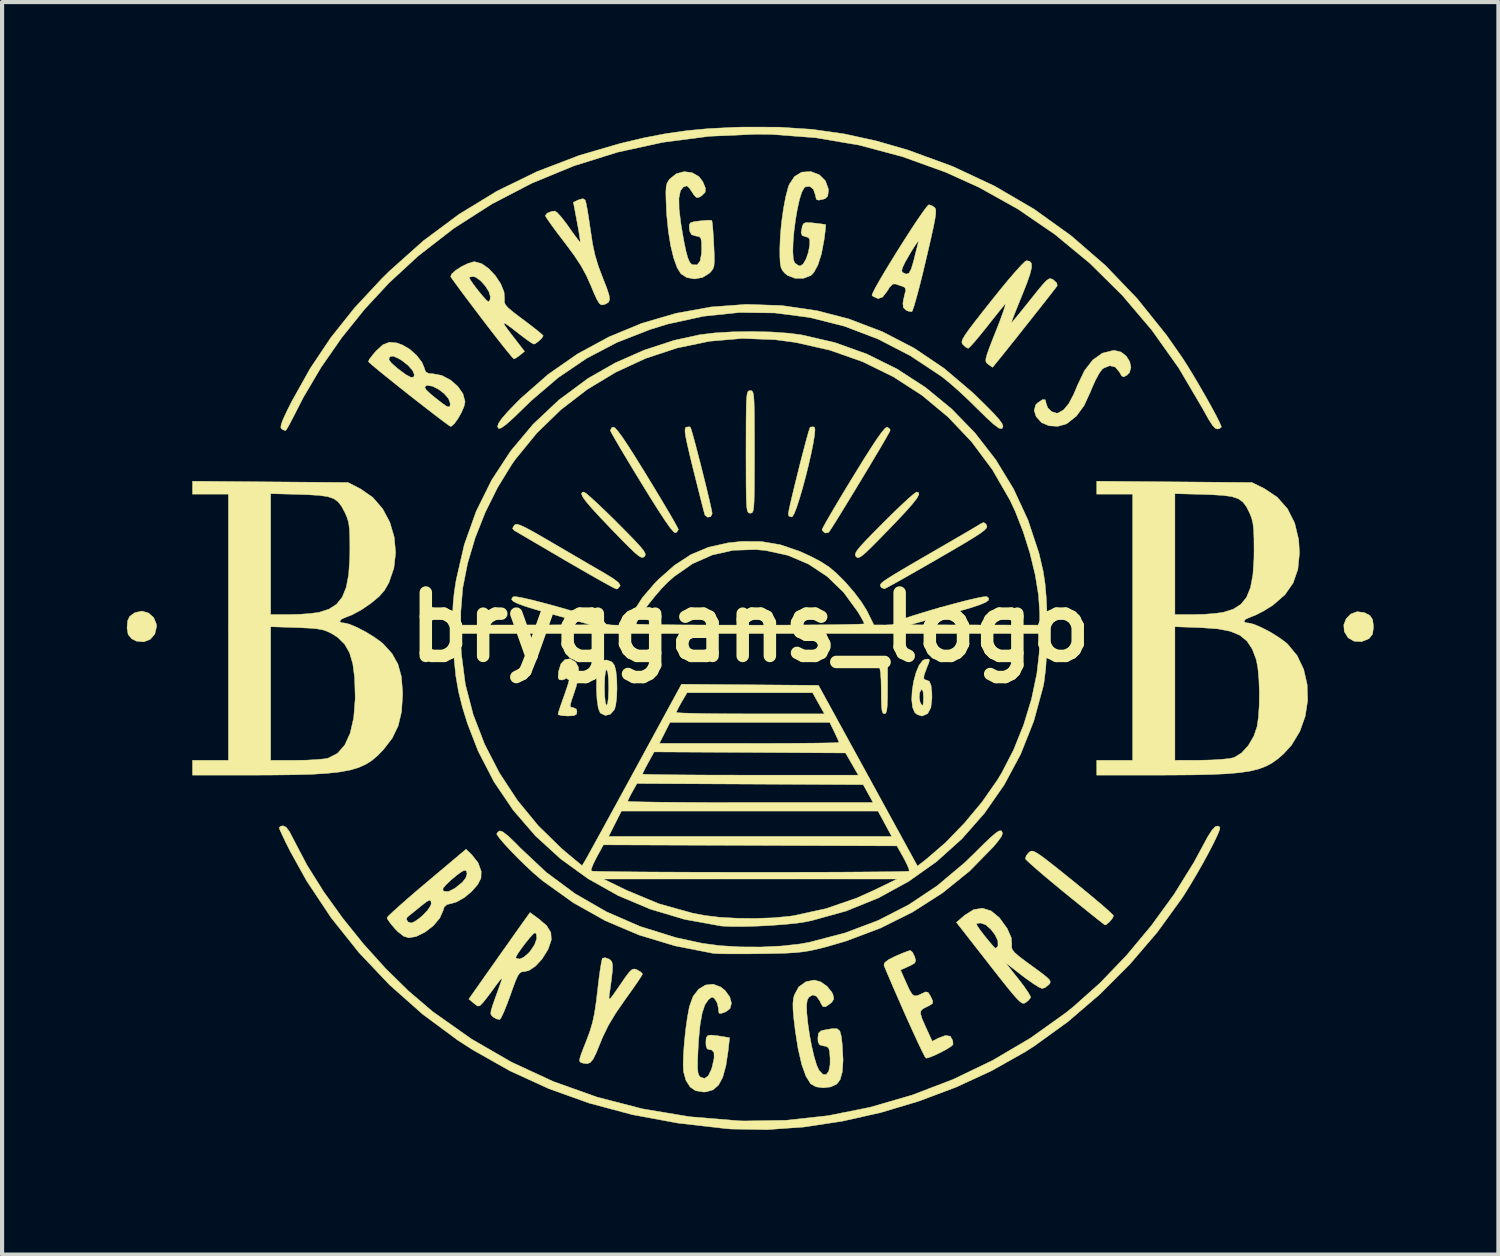
<source format=kicad_pcb>
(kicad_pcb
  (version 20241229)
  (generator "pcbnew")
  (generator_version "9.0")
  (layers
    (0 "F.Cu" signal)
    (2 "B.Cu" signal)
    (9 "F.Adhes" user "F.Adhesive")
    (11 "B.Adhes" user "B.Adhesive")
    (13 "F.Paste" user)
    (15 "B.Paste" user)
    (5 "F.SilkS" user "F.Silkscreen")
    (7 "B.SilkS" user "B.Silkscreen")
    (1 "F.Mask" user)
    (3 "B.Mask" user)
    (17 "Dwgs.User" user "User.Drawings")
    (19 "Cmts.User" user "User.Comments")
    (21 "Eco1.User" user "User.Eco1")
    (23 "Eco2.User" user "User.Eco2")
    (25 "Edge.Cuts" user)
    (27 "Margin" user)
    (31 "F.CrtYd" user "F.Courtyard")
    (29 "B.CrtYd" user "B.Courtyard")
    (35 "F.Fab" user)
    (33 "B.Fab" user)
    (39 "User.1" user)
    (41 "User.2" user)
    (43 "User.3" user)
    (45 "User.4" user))
  (footprint "bryggans_logo"
    (layer "F.Cu")
    (at 14.99 12.032)
    (property "Reference" "bryggans_logo" (at 0 0 0) (layer "F.SilkS") (effects (font (size 1.524 1.524) (thickness 0.3))))
    (attr through_hole)
    (fp_poly (pts (xy -14.469 -0.343) (xy -14.344 -0.232) (xy -14.279 -0.072) (xy -14.275 -0.018) (xy -14.317 0.164) (xy -14.427 0.291) (xy -14.583 0.352) (xy -14.759 0.335) (xy -14.873 0.277) (xy -14.959 0.176) (xy -14.985 0.021) (xy -14.985 0.01) (xy -14.971 -0.158) (xy -14.919 -0.263) (xy -14.807 -0.344) (xy -14.794 -0.351) (xy -14.628 -0.388) (xy -14.469 -0.343)) (stroke (width 0.01) (type solid)) (fill yes) (layer "F.SilkS"))
    (fp_poly (pts (xy 14.768 -0.352) (xy 14.77 -0.351) (xy 14.898 -0.284) (xy 14.964 -0.187) (xy 14.985 -0.028) (xy 14.985 0.01) (xy 14.962 0.169) (xy 14.88 0.272) (xy 14.873 0.277) (xy 14.7 0.347) (xy 14.52 0.337) (xy 14.376 0.254) (xy 14.283 0.103) (xy 14.272 -0.058) (xy 14.329 -0.205) (xy 14.44 -0.318) (xy 14.591 -0.374) (xy 14.768 -0.352)) (stroke (width 0.01) (type solid)) (fill yes) (layer "F.SilkS"))
    (fp_poly (pts (xy 3.302 1.422) (xy 3.3 1.697) (xy 3.294 1.886) (xy 3.282 2.003) (xy 3.261 2.063) (xy 3.231 2.083) (xy 3.226 2.083) (xy 3.192 2.067) (xy 3.169 2.008) (xy 3.156 1.891) (xy 3.15 1.699) (xy 3.15 1.524) (xy 3.145 1.272) (xy 3.133 1.087) (xy 3.113 0.983) (xy 3.099 0.965) (xy 3.058 0.923) (xy 3.048 0.864) (xy 3.078 0.784) (xy 3.175 0.762) (xy 3.302 0.762) (xy 3.302 1.422)) (stroke (width 0.01) (type solid)) (fill yes) (layer "F.SilkS"))
    (fp_poly (pts (xy 1.542 -4.81) (xy 1.557 -4.754) (xy 1.546 -4.617) (xy 1.513 -4.418) (xy 1.464 -4.174) (xy 1.402 -3.902) (xy 1.332 -3.62) (xy 1.258 -3.344) (xy 1.184 -3.093) (xy 1.116 -2.882) (xy 1.056 -2.731) (xy 1.01 -2.656) (xy 1 -2.651) (xy 0.928 -2.672) (xy 0.916 -2.727) (xy 0.928 -2.804) (xy 0.961 -2.958) (xy 1.011 -3.171) (xy 1.072 -3.424) (xy 1.14 -3.699) (xy 1.21 -3.979) (xy 1.279 -4.245) (xy 1.341 -4.479) (xy 1.392 -4.663) (xy 1.428 -4.779) (xy 1.441 -4.81) (xy 1.506 -4.82) (xy 1.542 -4.81)) (stroke (width 0.01) (type solid)) (fill yes) (layer "F.SilkS"))
    (fp_poly (pts (xy 4.05 -3.237) (xy 4.054 -3.189) (xy 4.007 -3.101) (xy 3.903 -2.967) (xy 3.738 -2.78) (xy 3.507 -2.534) (xy 3.339 -2.36) (xy 3.094 -2.108) (xy 2.909 -1.922) (xy 2.775 -1.793) (xy 2.681 -1.714) (xy 2.618 -1.677) (xy 2.576 -1.673) (xy 2.546 -1.695) (xy 2.543 -1.698) (xy 2.525 -1.733) (xy 2.531 -1.779) (xy 2.568 -1.845) (xy 2.646 -1.942) (xy 2.773 -2.08) (xy 2.956 -2.268) (xy 3.204 -2.518) (xy 3.428 -2.74) (xy 3.631 -2.935) (xy 3.801 -3.092) (xy 3.926 -3.2) (xy 3.994 -3.249) (xy 4 -3.251) (xy 4.05 -3.237)) (stroke (width 0.01) (type solid)) (fill yes) (layer "F.SilkS"))
    (fp_poly (pts (xy -3.946 -3.217) (xy -3.833 -3.12) (xy -3.672 -2.973) (xy -3.475 -2.785) (xy -3.254 -2.569) (xy -3.201 -2.515) (xy -2.953 -2.266) (xy -2.77 -2.078) (xy -2.644 -1.94) (xy -2.566 -1.844) (xy -2.529 -1.779) (xy -2.524 -1.735) (xy -2.543 -1.702) (xy -2.546 -1.699) (xy -2.578 -1.678) (xy -2.621 -1.681) (xy -2.683 -1.716) (xy -2.775 -1.792) (xy -2.906 -1.917) (xy -3.087 -2.099) (xy -3.326 -2.345) (xy -3.345 -2.365) (xy -3.615 -2.648) (xy -3.817 -2.868) (xy -3.955 -3.031) (xy -4.034 -3.144) (xy -4.059 -3.214) (xy -4.034 -3.247) (xy -4 -3.251) (xy -3.946 -3.217)) (stroke (width 0.01) (type solid)) (fill yes) (layer "F.SilkS"))
    (fp_poly (pts (xy -1.441 -4.81) (xy -1.419 -4.754) (xy -1.379 -4.616) (xy -1.324 -4.416) (xy -1.26 -4.171) (xy -1.19 -3.9) (xy -1.12 -3.62) (xy -1.053 -3.349) (xy -0.995 -3.107) (xy -0.95 -2.91) (xy -0.922 -2.777) (xy -0.916 -2.731) (xy -0.95 -2.659) (xy -1.024 -2.645) (xy -1.087 -2.693) (xy -1.092 -2.705) (xy -1.111 -2.772) (xy -1.15 -2.921) (xy -1.205 -3.138) (xy -1.272 -3.405) (xy -1.348 -3.708) (xy -1.365 -3.775) (xy -1.45 -4.123) (xy -1.511 -4.385) (xy -1.55 -4.573) (xy -1.568 -4.697) (xy -1.567 -4.771) (xy -1.551 -4.806) (xy -1.542 -4.81) (xy -1.461 -4.82) (xy -1.441 -4.81)) (stroke (width 0.01) (type solid)) (fill yes) (layer "F.SilkS"))
    (fp_poly (pts (xy -3.253 -4.793) (xy -3.183 -4.716) (xy -3.079 -4.576) (xy -2.94 -4.368) (xy -2.759 -4.084) (xy -2.533 -3.72) (xy -2.47 -3.616) (xy -2.277 -3.299) (xy -2.103 -3.009) (xy -1.954 -2.758) (xy -1.837 -2.557) (xy -1.76 -2.418) (xy -1.728 -2.352) (xy -1.727 -2.349) (xy -1.768 -2.287) (xy -1.799 -2.269) (xy -1.842 -2.294) (xy -1.924 -2.389) (xy -2.045 -2.56) (xy -2.208 -2.809) (xy -2.417 -3.14) (xy -2.609 -3.452) (xy -2.803 -3.769) (xy -2.978 -4.06) (xy -3.129 -4.313) (xy -3.248 -4.516) (xy -3.328 -4.658) (xy -3.363 -4.726) (xy -3.363 -4.728) (xy -3.336 -4.794) (xy -3.295 -4.813) (xy -3.253 -4.793)) (stroke (width 0.01) (type solid)) (fill yes) (layer "F.SilkS"))
    (fp_poly (pts (xy -5.521 -2.45) (xy -5.401 -2.394) (xy -5.228 -2.301) (xy -4.988 -2.164) (xy -4.75 -2.025) (xy -4.451 -1.85) (xy -4.152 -1.676) (xy -3.876 -1.514) (xy -3.644 -1.38) (xy -3.494 -1.293) (xy -3.29 -1.167) (xy -3.171 -1.075) (xy -3.129 -1.009) (xy -3.131 -0.99) (xy -3.188 -0.925) (xy -3.219 -0.919) (xy -3.276 -0.944) (xy -3.409 -1.015) (xy -3.606 -1.124) (xy -3.853 -1.264) (xy -4.14 -1.429) (xy -4.445 -1.606) (xy -4.759 -1.79) (xy -5.046 -1.958) (xy -5.293 -2.103) (xy -5.489 -2.218) (xy -5.622 -2.296) (xy -5.677 -2.329) (xy -5.716 -2.376) (xy -5.677 -2.449) (xy -5.647 -2.472) (xy -5.599 -2.475) (xy -5.521 -2.45)) (stroke (width 0.01) (type solid)) (fill yes) (layer "F.SilkS"))
    (fp_poly (pts (xy 3.295 -4.813) (xy 3.359 -4.764) (xy 3.363 -4.726) (xy 3.334 -4.67) (xy 3.261 -4.541) (xy 3.151 -4.352) (xy 3.012 -4.119) (xy 2.855 -3.855) (xy 2.685 -3.573) (xy 2.513 -3.288) (xy 2.346 -3.014) (xy 2.193 -2.764) (xy 2.062 -2.552) (xy 1.961 -2.392) (xy 1.899 -2.298) (xy 1.885 -2.28) (xy 1.816 -2.265) (xy 1.791 -2.271) (xy 1.732 -2.327) (xy 1.727 -2.348) (xy 1.753 -2.404) (xy 1.825 -2.535) (xy 1.937 -2.728) (xy 2.082 -2.974) (xy 2.253 -3.26) (xy 2.444 -3.574) (xy 2.47 -3.616) (xy 2.707 -4.002) (xy 2.899 -4.305) (xy 3.048 -4.531) (xy 3.16 -4.687) (xy 3.238 -4.779) (xy 3.287 -4.813) (xy 3.295 -4.813)) (stroke (width 0.01) (type solid)) (fill yes) (layer "F.SilkS"))
    (fp_poly (pts (xy 6.824 5.392) (xy 6.901 5.434) (xy 7.014 5.511) (xy 7.171 5.63) (xy 7.384 5.798) (xy 7.663 6.022) (xy 7.765 6.104) (xy 8.033 6.323) (xy 8.273 6.522) (xy 8.474 6.692) (xy 8.624 6.825) (xy 8.714 6.911) (xy 8.735 6.939) (xy 8.704 7.006) (xy 8.634 7.089) (xy 8.56 7.15) (xy 8.53 7.16) (xy 8.487 7.128) (xy 8.375 7.041) (xy 8.208 6.908) (xy 7.995 6.736) (xy 7.747 6.536) (xy 7.569 6.392) (xy 7.305 6.174) (xy 7.068 5.976) (xy 6.87 5.806) (xy 6.721 5.674) (xy 6.634 5.59) (xy 6.615 5.566) (xy 6.638 5.49) (xy 6.7 5.416) (xy 6.733 5.39) (xy 6.771 5.38) (xy 6.824 5.392)) (stroke (width 0.01) (type solid)) (fill yes) (layer "F.SilkS"))
    (fp_poly (pts (xy 5.659 -2.492) (xy 5.683 -2.451) (xy 5.691 -2.418) (xy 5.675 -2.38) (xy 5.626 -2.33) (xy 5.536 -2.261) (xy 5.394 -2.169) (xy 5.192 -2.045) (xy 4.921 -1.885) (xy 4.572 -1.683) (xy 4.512 -1.647) (xy 4.19 -1.462) (xy 3.896 -1.294) (xy 3.641 -1.149) (xy 3.436 -1.035) (xy 3.295 -0.958) (xy 3.228 -0.925) (xy 3.226 -0.925) (xy 3.155 -0.951) (xy 3.133 -0.986) (xy 3.127 -1.009) (xy 3.133 -1.033) (xy 3.159 -1.065) (xy 3.213 -1.109) (xy 3.303 -1.17) (xy 3.438 -1.255) (xy 3.626 -1.368) (xy 3.874 -1.514) (xy 4.192 -1.699) (xy 4.587 -1.928) (xy 4.724 -2.007) (xy 4.97 -2.15) (xy 5.191 -2.279) (xy 5.371 -2.385) (xy 5.49 -2.456) (xy 5.521 -2.476) (xy 5.608 -2.519) (xy 5.659 -2.492)) (stroke (width 0.01) (type solid)) (fill yes) (layer "F.SilkS"))
    (fp_poly (pts (xy -3.327 0.834) (xy -3.266 0.914) (xy -3.231 1.044) (xy -3.21 1.239) (xy -3.204 1.466) (xy -3.212 1.69) (xy -3.235 1.877) (xy -3.266 1.981) (xy -3.362 2.091) (xy -3.483 2.122) (xy -3.596 2.069) (xy -3.611 2.052) (xy -3.655 1.941) (xy -3.685 1.732) (xy -3.697 1.504) (xy -3.697 1.448) (xy -3.505 1.448) (xy -3.5 1.658) (xy -3.484 1.807) (xy -3.461 1.877) (xy -3.454 1.88) (xy -3.43 1.832) (xy -3.412 1.701) (xy -3.404 1.503) (xy -3.404 1.448) (xy -3.409 1.238) (xy -3.425 1.089) (xy -3.448 1.019) (xy -3.454 1.016) (xy -3.479 1.064) (xy -3.497 1.195) (xy -3.505 1.392) (xy -3.505 1.448) (xy -3.697 1.448) (xy -3.696 1.204) (xy -3.669 0.992) (xy -3.613 0.86) (xy -3.523 0.797) (xy -3.454 0.787) (xy -3.327 0.834)) (stroke (width 0.01) (type solid)) (fill yes) (layer "F.SilkS"))
    (fp_poly (pts (xy 0.029 -5.687) (xy 0.052 -5.67) (xy 0.07 -5.63) (xy 0.083 -5.554) (xy 0.091 -5.432) (xy 0.097 -5.254) (xy 0.1 -5.007) (xy 0.101 -4.683) (xy 0.102 -4.268) (xy 0.102 -4.216) (xy 0.101 -3.791) (xy 0.1 -3.457) (xy 0.097 -3.203) (xy 0.092 -3.017) (xy 0.084 -2.89) (xy 0.072 -2.81) (xy 0.055 -2.766) (xy 0.032 -2.747) (xy 0.004 -2.743) (xy 0 -2.743) (xy -0.029 -2.746) (xy -0.052 -2.763) (xy -0.07 -2.803) (xy -0.083 -2.879) (xy -0.091 -3.001) (xy -0.097 -3.179) (xy -0.1 -3.425) (xy -0.101 -3.75) (xy -0.102 -4.165) (xy -0.102 -4.216) (xy -0.101 -4.641) (xy -0.1 -4.976) (xy -0.097 -5.23) (xy -0.092 -5.416) (xy -0.084 -5.543) (xy -0.072 -5.623) (xy -0.055 -5.667) (xy -0.032 -5.686) (xy -0.004 -5.69) (xy 0 -5.69) (xy 0.029 -5.687)) (stroke (width 0.01) (type solid)) (fill yes) (layer "F.SilkS"))
    (fp_poly (pts (xy 4.31 0.785) (xy 4.292 0.859) (xy 4.242 0.983) (xy 4.182 1.144) (xy 4.172 1.233) (xy 4.211 1.268) (xy 4.236 1.27) (xy 4.305 1.3) (xy 4.347 1.398) (xy 4.367 1.578) (xy 4.369 1.702) (xy 4.343 1.933) (xy 4.267 2.077) (xy 4.14 2.133) (xy 4.117 2.134) (xy 4.011 2.097) (xy 3.956 2.05) (xy 3.902 1.924) (xy 3.882 1.741) (xy 3.885 1.683) (xy 4.064 1.683) (xy 4.082 1.797) (xy 4.124 1.871) (xy 4.149 1.88) (xy 4.159 1.834) (xy 4.165 1.721) (xy 4.166 1.673) (xy 4.155 1.545) (xy 4.126 1.496) (xy 4.115 1.499) (xy 4.074 1.569) (xy 4.064 1.683) (xy 3.885 1.683) (xy 3.893 1.524) (xy 3.93 1.297) (xy 3.988 1.085) (xy 4.062 0.91) (xy 4.147 0.799) (xy 4.205 0.771) (xy 4.283 0.764) (xy 4.31 0.785)) (stroke (width 0.01) (type solid)) (fill yes) (layer "F.SilkS"))
    (fp_poly (pts (xy -4.205 0.832) (xy -4.195 0.842) (xy -4.13 0.967) (xy -4.126 1.158) (xy -4.184 1.421) (xy -4.238 1.587) (xy -4.299 1.765) (xy -4.327 1.867) (xy -4.322 1.916) (xy -4.287 1.93) (xy -4.262 1.93) (xy -4.181 1.969) (xy -4.166 2.032) (xy -4.181 2.095) (xy -4.243 2.126) (xy -4.378 2.134) (xy -4.394 2.134) (xy -4.531 2.125) (xy -4.612 2.105) (xy -4.623 2.093) (xy -4.606 2.029) (xy -4.563 1.895) (xy -4.499 1.714) (xy -4.47 1.634) (xy -4.377 1.358) (xy -4.329 1.167) (xy -4.325 1.055) (xy -4.365 1.016) (xy -4.369 1.016) (xy -4.407 1.059) (xy -4.42 1.143) (xy -4.442 1.242) (xy -4.524 1.27) (xy -4.528 1.27) (xy -4.595 1.259) (xy -4.62 1.209) (xy -4.612 1.092) (xy -4.608 1.059) (xy -4.553 0.881) (xy -4.457 0.778) (xy -4.336 0.759) (xy -4.205 0.832)) (stroke (width 0.01) (type solid)) (fill yes) (layer "F.SilkS"))
    (fp_poly (pts (xy 8.917 -6.617) (xy 9.041 -6.52) (xy 9.124 -6.388) (xy 9.154 -6.246) (xy 9.117 -6.12) (xy 9.059 -6.062) (xy 8.979 -6.019) (xy 8.929 -6.044) (xy 8.881 -6.131) (xy 8.778 -6.255) (xy 8.643 -6.289) (xy 8.497 -6.23) (xy 8.458 -6.198) (xy 8.387 -6.1) (xy 8.299 -5.937) (xy 8.21 -5.737) (xy 8.184 -5.67) (xy 8.027 -5.329) (xy 7.843 -5.078) (xy 7.626 -4.905) (xy 7.585 -4.883) (xy 7.394 -4.831) (xy 7.185 -4.844) (xy 7.009 -4.918) (xy 6.998 -4.927) (xy 6.873 -5.067) (xy 6.827 -5.214) (xy 6.864 -5.347) (xy 6.911 -5.396) (xy 7.029 -5.474) (xy 7.094 -5.469) (xy 7.112 -5.393) (xy 7.153 -5.276) (xy 7.25 -5.183) (xy 7.366 -5.147) (xy 7.405 -5.152) (xy 7.536 -5.228) (xy 7.658 -5.375) (xy 7.78 -5.605) (xy 7.869 -5.819) (xy 8.037 -6.17) (xy 8.236 -6.427) (xy 8.464 -6.589) (xy 8.719 -6.653) (xy 8.763 -6.655) (xy 8.917 -6.617)) (stroke (width 0.01) (type solid)) (fill yes) (layer "F.SilkS"))
    (fp_poly (pts (xy -3.969 -10.272) (xy -3.949 -10.202) (xy -3.919 -10.051) (xy -3.885 -9.842) (xy -3.849 -9.596) (xy -3.844 -9.564) (xy -3.792 -9.222) (xy -3.731 -8.94) (xy -3.651 -8.677) (xy -3.544 -8.395) (xy -3.449 -8.153) (xy -3.395 -7.986) (xy -3.381 -7.879) (xy -3.409 -7.813) (xy -3.476 -7.772) (xy -3.531 -7.754) (xy -3.582 -7.751) (xy -3.629 -7.787) (xy -3.684 -7.875) (xy -3.757 -8.033) (xy -3.827 -8.203) (xy -3.94 -8.455) (xy -4.07 -8.693) (xy -4.235 -8.943) (xy -4.451 -9.235) (xy -4.475 -9.266) (xy -4.636 -9.476) (xy -4.771 -9.66) (xy -4.87 -9.801) (xy -4.923 -9.884) (xy -4.928 -9.898) (xy -4.884 -9.956) (xy -4.78 -9.998) (xy -4.698 -10.008) (xy -4.64 -9.968) (xy -4.544 -9.863) (xy -4.425 -9.71) (xy -4.365 -9.625) (xy -4.248 -9.46) (xy -4.154 -9.334) (xy -4.098 -9.265) (xy -4.087 -9.257) (xy -4.09 -9.31) (xy -4.11 -9.439) (xy -4.141 -9.624) (xy -4.164 -9.745) (xy -4.253 -10.219) (xy -4.13 -10.276) (xy -4.025 -10.306) (xy -3.969 -10.272)) (stroke (width 0.01) (type solid)) (fill yes) (layer "F.SilkS"))
    (fp_poly (pts (xy -3.403 7.976) (xy -3.355 8.008) (xy -3.325 8.053) (xy -3.311 8.128) (xy -3.314 8.249) (xy -3.333 8.432) (xy -3.368 8.693) (xy -3.385 8.814) (xy -3.396 8.903) (xy -3.391 8.942) (xy -3.361 8.924) (xy -3.296 8.84) (xy -3.187 8.684) (xy -3.129 8.599) (xy -2.998 8.409) (xy -2.908 8.291) (xy -2.844 8.231) (xy -2.79 8.216) (xy -2.733 8.232) (xy -2.718 8.239) (xy -2.625 8.295) (xy -2.591 8.338) (xy -2.619 8.391) (xy -2.697 8.511) (xy -2.814 8.68) (xy -2.958 8.883) (xy -3.008 8.952) (xy -3.239 9.286) (xy -3.415 9.581) (xy -3.554 9.868) (xy -3.611 10.008) (xy -3.705 10.239) (xy -3.78 10.388) (xy -3.849 10.469) (xy -3.924 10.496) (xy -4.017 10.483) (xy -4.026 10.481) (xy -4.076 10.465) (xy -4.102 10.438) (xy -4.101 10.381) (xy -4.071 10.279) (xy -4.008 10.114) (xy -3.934 9.927) (xy -3.854 9.712) (xy -3.794 9.509) (xy -3.746 9.289) (xy -3.706 9.022) (xy -3.672 8.738) (xy -3.641 8.473) (xy -3.61 8.245) (xy -3.582 8.072) (xy -3.56 7.973) (xy -3.554 7.958) (xy -3.486 7.947) (xy -3.403 7.976)) (stroke (width 0.01) (type solid)) (fill yes) (layer "F.SilkS"))
    (fp_poly (pts (xy 0.761 -7.735) (xy 1.608 -7.611) (xy 2.368 -7.414) (xy 3.18 -7.105) (xy 3.945 -6.708) (xy 4.666 -6.221) (xy 5.348 -5.641) (xy 5.426 -5.566) (xy 5.678 -5.32) (xy 5.862 -5.132) (xy 5.985 -4.994) (xy 6.055 -4.897) (xy 6.078 -4.832) (xy 6.061 -4.789) (xy 6.041 -4.773) (xy 5.978 -4.788) (xy 5.857 -4.877) (xy 5.676 -5.042) (xy 5.464 -5.25) (xy 5.244 -5.466) (xy 5.013 -5.682) (xy 4.796 -5.872) (xy 4.62 -6.015) (xy 4.606 -6.026) (xy 3.851 -6.527) (xy 3.069 -6.931) (xy 2.263 -7.238) (xy 1.436 -7.447) (xy 0.594 -7.557) (xy -0.26 -7.568) (xy -1.122 -7.478) (xy -1.988 -7.289) (xy -2.407 -7.16) (xy -3.203 -6.849) (xy -3.936 -6.465) (xy -4.62 -6) (xy -5.268 -5.446) (xy -5.442 -5.277) (xy -5.687 -5.039) (xy -5.869 -4.877) (xy -5.989 -4.791) (xy -6.048 -4.777) (xy -6.077 -4.824) (xy -6.053 -4.903) (xy -5.97 -5.023) (xy -5.823 -5.191) (xy -5.606 -5.414) (xy -5.508 -5.511) (xy -4.859 -6.081) (xy -4.153 -6.572) (xy -3.399 -6.981) (xy -2.607 -7.308) (xy -1.786 -7.548) (xy -0.945 -7.701) (xy -0.093 -7.764) (xy 0.761 -7.735)) (stroke (width 0.01) (type solid)) (fill yes) (layer "F.SilkS"))
    (fp_poly (pts (xy 3.901 7.815) (xy 3.952 7.918) (xy 3.953 7.919) (xy 3.978 8.015) (xy 3.954 8.075) (xy 3.862 8.13) (xy 3.809 8.154) (xy 3.614 8.242) (xy 3.74 8.528) (xy 3.827 8.717) (xy 3.892 8.825) (xy 3.954 8.866) (xy 4.029 8.855) (xy 4.107 8.818) (xy 4.215 8.768) (xy 4.275 8.779) (xy 4.33 8.863) (xy 4.343 8.89) (xy 4.39 8.991) (xy 4.381 9.049) (xy 4.301 9.1) (xy 4.243 9.128) (xy 4.152 9.175) (xy 4.103 9.224) (xy 4.095 9.294) (xy 4.129 9.408) (xy 4.206 9.584) (xy 4.25 9.681) (xy 4.376 9.956) (xy 4.522 9.88) (xy 4.695 9.816) (xy 4.81 9.834) (xy 4.868 9.936) (xy 4.877 10.031) (xy 4.835 10.075) (xy 4.727 10.144) (xy 4.583 10.222) (xy 4.432 10.294) (xy 4.301 10.346) (xy 4.226 10.363) (xy 4.196 10.319) (xy 4.132 10.194) (xy 4.04 10.002) (xy 3.926 9.756) (xy 3.796 9.469) (xy 3.713 9.284) (xy 3.576 8.972) (xy 3.452 8.689) (xy 3.349 8.449) (xy 3.27 8.265) (xy 3.224 8.151) (xy 3.214 8.124) (xy 3.235 8.061) (xy 3.336 7.987) (xy 3.495 7.908) (xy 3.659 7.838) (xy 3.787 7.789) (xy 3.849 7.772) (xy 3.901 7.815)) (stroke (width 0.01) (type solid)) (fill yes) (layer "F.SilkS"))
    (fp_poly (pts (xy -0.706 8.653) (xy -0.606 8.734) (xy -0.492 8.89) (xy -0.452 9.042) (xy -0.487 9.17) (xy -0.588 9.247) (xy -0.702 9.287) (xy -0.751 9.28) (xy -0.762 9.214) (xy -0.762 9.179) (xy -0.792 9.042) (xy -0.834 8.964) (xy -0.891 8.898) (xy -0.943 8.904) (xy -1.008 8.959) (xy -1.09 9.078) (xy -1.156 9.276) (xy -1.206 9.557) (xy -1.242 9.93) (xy -1.255 10.161) (xy -1.266 10.419) (xy -1.267 10.595) (xy -1.257 10.707) (xy -1.235 10.775) (xy -1.201 10.815) (xy -1.101 10.85) (xy -1.01 10.788) (xy -0.934 10.632) (xy -0.916 10.574) (xy -0.869 10.359) (xy -0.872 10.226) (xy -0.927 10.165) (xy -0.965 10.16) (xy -1.035 10.14) (xy -1.063 10.062) (xy -1.067 9.982) (xy -1.06 9.878) (xy -1.027 9.822) (xy -0.945 9.806) (xy -0.795 9.822) (xy -0.693 9.838) (xy -0.497 9.87) (xy -0.531 10.18) (xy -0.586 10.546) (xy -0.661 10.819) (xy -0.762 11.009) (xy -0.895 11.124) (xy -1.063 11.173) (xy -1.127 11.176) (xy -1.316 11.144) (xy -1.446 11.055) (xy -1.548 10.893) (xy -1.604 10.687) (xy -1.613 10.517) (xy -1.606 10.274) (xy -1.585 9.986) (xy -1.553 9.678) (xy -1.511 9.378) (xy -1.463 9.121) (xy -1.376 8.878) (xy -1.241 8.703) (xy -1.074 8.603) (xy -0.891 8.583) (xy -0.706 8.653)) (stroke (width 0.01) (type solid)) (fill yes) (layer "F.SilkS"))
    (fp_poly (pts (xy 1.692 8.526) (xy 1.845 8.633) (xy 1.962 8.776) (xy 1.988 8.831) (xy 2.01 8.938) (xy 1.961 9.018) (xy 1.92 9.052) (xy 1.813 9.125) (xy 1.749 9.124) (xy 1.697 9.04) (xy 1.676 8.992) (xy 1.594 8.873) (xy 1.497 8.842) (xy 1.407 8.9) (xy 1.371 8.968) (xy 1.354 9.091) (xy 1.361 9.287) (xy 1.386 9.532) (xy 1.426 9.803) (xy 1.477 10.075) (xy 1.535 10.324) (xy 1.595 10.525) (xy 1.654 10.654) (xy 1.746 10.751) (xy 1.827 10.756) (xy 1.887 10.676) (xy 1.919 10.521) (xy 1.92 10.355) (xy 1.907 10.197) (xy 1.882 10.114) (xy 1.829 10.079) (xy 1.765 10.068) (xy 1.668 10.042) (xy 1.631 9.973) (xy 1.626 9.884) (xy 1.639 9.764) (xy 1.697 9.707) (xy 1.784 9.684) (xy 1.972 9.651) (xy 2.089 9.654) (xy 2.155 9.71) (xy 2.189 9.834) (xy 2.212 10.036) (xy 2.232 10.406) (xy 2.215 10.686) (xy 2.16 10.881) (xy 2.082 10.983) (xy 1.936 11.053) (xy 1.756 11.075) (xy 1.582 11.051) (xy 1.456 10.981) (xy 1.453 10.979) (xy 1.339 10.796) (xy 1.238 10.515) (xy 1.151 10.138) (xy 1.083 9.706) (xy 1.048 9.415) (xy 1.029 9.202) (xy 1.026 9.047) (xy 1.039 8.926) (xy 1.06 8.843) (xy 1.166 8.648) (xy 1.338 8.524) (xy 1.54 8.484) (xy 1.692 8.526)) (stroke (width 0.01) (type solid)) (fill yes) (layer "F.SilkS"))
    (fp_poly (pts (xy 5.791 6.821) (xy 5.99 6.984) (xy 6.179 7.245) (xy 6.179 7.246) (xy 6.274 7.459) (xy 6.288 7.624) (xy 6.284 7.692) (xy 6.302 7.754) (xy 6.357 7.822) (xy 6.46 7.912) (xy 6.625 8.038) (xy 6.765 8.139) (xy 6.974 8.292) (xy 7.111 8.398) (xy 7.188 8.471) (xy 7.215 8.521) (xy 7.205 8.563) (xy 7.18 8.594) (xy 7.085 8.667) (xy 7.017 8.687) (xy 6.945 8.657) (xy 6.816 8.577) (xy 6.65 8.461) (xy 6.537 8.376) (xy 6.135 8.064) (xy 6.448 8.458) (xy 6.579 8.63) (xy 6.679 8.775) (xy 6.736 8.875) (xy 6.743 8.904) (xy 6.69 8.972) (xy 6.622 9.026) (xy 6.587 9.043) (xy 6.547 9.041) (xy 6.496 9.011) (xy 6.425 8.945) (xy 6.325 8.833) (xy 6.189 8.668) (xy 6.008 8.441) (xy 5.774 8.143) (xy 5.738 8.096) (xy 4.989 7.137) (xy 5.436 7.137) (xy 5.465 7.191) (xy 5.539 7.296) (xy 5.639 7.426) (xy 5.745 7.556) (xy 5.836 7.662) (xy 5.893 7.718) (xy 5.9 7.721) (xy 5.945 7.682) (xy 5.957 7.658) (xy 5.954 7.541) (xy 5.888 7.398) (xy 5.782 7.26) (xy 5.659 7.154) (xy 5.541 7.112) (xy 5.54 7.112) (xy 5.456 7.122) (xy 5.436 7.137) (xy 4.989 7.137) (xy 4.957 7.097) (xy 5.154 6.927) (xy 5.369 6.791) (xy 5.583 6.756) (xy 5.791 6.821)) (stroke (width 0.01) (type solid)) (fill yes) (layer "F.SilkS"))
    (fp_poly (pts (xy -6.697 5.469) (xy -6.543 5.665) (xy -6.469 5.87) (xy -6.475 6.032) (xy -6.553 6.187) (xy -6.696 6.351) (xy -6.873 6.499) (xy -7.055 6.603) (xy -7.158 6.635) (xy -7.293 6.669) (xy -7.36 6.73) (xy -7.383 6.806) (xy -7.466 6.994) (xy -7.62 7.177) (xy -7.818 7.331) (xy -8.032 7.436) (xy -8.208 7.468) (xy -8.335 7.43) (xy -8.484 7.311) (xy -8.54 7.252) (xy -8.647 7.126) (xy -8.717 7.027) (xy -8.718 7.025) (xy -8.269 7.025) (xy -8.227 7.087) (xy -8.151 7.112) (xy -8.074 7.08) (xy -7.956 6.998) (xy -7.874 6.928) (xy -7.759 6.808) (xy -7.686 6.698) (xy -7.671 6.649) (xy -7.679 6.58) (xy -7.713 6.563) (xy -7.788 6.603) (xy -7.92 6.706) (xy -7.966 6.744) (xy -8.099 6.852) (xy -8.203 6.935) (xy -8.245 6.967) (xy -8.269 7.025) (xy -8.718 7.025) (xy -8.734 6.985) (xy -8.696 6.939) (xy -8.59 6.839) (xy -8.427 6.692) (xy -8.219 6.509) (xy -8.007 6.326) (xy -7.389 6.326) (xy -7.366 6.348) (xy -7.259 6.357) (xy -7.102 6.277) (xy -6.921 6.131) (xy -6.842 6.03) (xy -6.809 5.929) (xy -6.827 5.859) (xy -6.871 5.844) (xy -6.939 5.877) (xy -7.055 5.961) (xy -7.188 6.072) (xy -7.322 6.198) (xy -7.386 6.277) (xy -7.389 6.326) (xy -8.007 6.326) (xy -7.975 6.299) (xy -7.782 6.136) (xy -6.834 5.338) (xy -6.697 5.469)) (stroke (width 0.01) (type solid)) (fill yes) (layer "F.SilkS"))
    (fp_poly (pts (xy 4.377 -10.131) (xy 4.428 -10.097) (xy 4.451 -10.068) (xy 4.462 -10.019) (xy 4.459 -9.937) (xy 4.441 -9.811) (xy 4.406 -9.629) (xy 4.351 -9.379) (xy 4.275 -9.049) (xy 4.221 -8.818) (xy 4.141 -8.482) (xy 4.065 -8.18) (xy 3.997 -7.926) (xy 3.942 -7.734) (xy 3.902 -7.617) (xy 3.886 -7.588) (xy 3.805 -7.598) (xy 3.742 -7.627) (xy 3.68 -7.688) (xy 3.671 -7.791) (xy 3.681 -7.857) (xy 3.711 -7.996) (xy 3.738 -8.095) (xy 3.74 -8.1) (xy 3.721 -8.165) (xy 3.673 -8.192) (xy 3.544 -8.235) (xy 3.496 -8.253) (xy 3.427 -8.251) (xy 3.351 -8.175) (xy 3.293 -8.082) (xy 3.185 -7.941) (xy 3.074 -7.9) (xy 2.953 -7.956) (xy 2.927 -7.977) (xy 2.942 -8.029) (xy 3.003 -8.151) (xy 3.103 -8.33) (xy 3.234 -8.551) (xy 3.243 -8.566) (xy 3.643 -8.566) (xy 3.665 -8.529) (xy 3.752 -8.491) (xy 3.817 -8.515) (xy 3.871 -8.614) (xy 3.926 -8.799) (xy 3.933 -8.826) (xy 3.98 -9.016) (xy 4.021 -9.176) (xy 4.045 -9.271) (xy 4.034 -9.276) (xy 3.981 -9.206) (xy 3.897 -9.075) (xy 3.835 -8.972) (xy 3.721 -8.773) (xy 3.659 -8.643) (xy 3.643 -8.566) (xy 3.243 -8.566) (xy 3.385 -8.8) (xy 3.548 -9.064) (xy 3.715 -9.328) (xy 3.876 -9.578) (xy 4.023 -9.8) (xy 4.148 -9.98) (xy 4.24 -10.104) (xy 4.292 -10.158) (xy 4.296 -10.159) (xy 4.377 -10.131)) (stroke (width 0.01) (type solid)) (fill yes) (layer "F.SilkS"))
    (fp_poly (pts (xy 6.048 4.906) (xy 6.066 4.958) (xy 6.037 5.035) (xy 5.951 5.153) (xy 5.846 5.279) (xy 5.273 5.864) (xy 4.624 6.388) (xy 3.907 6.847) (xy 3.131 7.234) (xy 2.304 7.546) (xy 1.835 7.683) (xy 1.62 7.737) (xy 1.436 7.778) (xy 1.26 7.806) (xy 1.071 7.825) (xy 0.845 7.838) (xy 0.56 7.846) (xy 0.254 7.851) (xy -0.063 7.854) (xy -0.355 7.854) (xy -0.602 7.853) (xy -0.785 7.849) (xy -0.887 7.842) (xy -0.889 7.842) (xy -1.812 7.661) (xy -2.676 7.4) (xy -3.487 7.056) (xy -4.253 6.626) (xy -4.979 6.106) (xy -5.063 6.038) (xy -5.225 5.898) (xy -5.407 5.728) (xy -5.594 5.545) (xy -5.771 5.363) (xy -5.923 5.198) (xy -6.035 5.065) (xy -6.092 4.981) (xy -6.096 4.966) (xy -6.056 4.914) (xy -6.021 4.896) (xy -5.949 4.92) (xy -5.818 5.022) (xy -5.633 5.2) (xy -5.535 5.302) (xy -4.905 5.894) (xy -4.211 6.408) (xy -3.458 6.842) (xy -2.647 7.195) (xy -1.784 7.464) (xy -1.155 7.6) (xy -0.727 7.657) (xy -0.244 7.686) (xy 0.261 7.689) (xy 0.754 7.665) (xy 1.201 7.615) (xy 1.422 7.575) (xy 2.28 7.35) (xy 3.071 7.052) (xy 3.807 6.675) (xy 4.497 6.215) (xy 5.152 5.665) (xy 5.395 5.43) (xy 5.62 5.206) (xy 5.786 5.049) (xy 5.903 4.949) (xy 5.98 4.899) (xy 6.028 4.892) (xy 6.048 4.906)) (stroke (width 0.01) (type solid)) (fill yes) (layer "F.SilkS"))
    (fp_poly (pts (xy -5.089 7.01) (xy -4.895 7.177) (xy -4.795 7.339) (xy -4.783 7.516) (xy -4.854 7.727) (xy -4.875 7.769) (xy -5.009 7.982) (xy -5.165 8.15) (xy -5.323 8.255) (xy -5.43 8.28) (xy -5.492 8.286) (xy -5.541 8.314) (xy -5.588 8.379) (xy -5.642 8.499) (xy -5.713 8.689) (xy -5.769 8.848) (xy -5.852 9.071) (xy -5.927 9.256) (xy -5.987 9.383) (xy -6.022 9.433) (xy -6.1 9.419) (xy -6.173 9.378) (xy -6.22 9.338) (xy -6.24 9.291) (xy -6.231 9.213) (xy -6.19 9.081) (xy -6.138 8.933) (xy -6.069 8.74) (xy -6.01 8.574) (xy -5.972 8.467) (xy -5.969 8.458) (xy -5.976 8.444) (xy -6.03 8.501) (xy -6.119 8.618) (xy -6.129 8.632) (xy -6.248 8.796) (xy -6.359 8.941) (xy -6.426 9.025) (xy -6.502 9.102) (xy -6.558 9.108) (xy -6.644 9.044) (xy -6.647 9.041) (xy -6.767 8.941) (xy -6.294 8.268) (xy -6.107 8.004) (xy -6.068 7.948) (xy -5.639 7.948) (xy -5.596 7.971) (xy -5.541 7.976) (xy -5.452 7.938) (xy -5.34 7.844) (xy -5.287 7.786) (xy -5.183 7.628) (xy -5.133 7.483) (xy -5.144 7.377) (xy -5.173 7.346) (xy -5.216 7.373) (xy -5.297 7.46) (xy -5.398 7.584) (xy -5.5 7.719) (xy -5.585 7.842) (xy -5.634 7.928) (xy -5.639 7.948) (xy -6.068 7.948) (xy -5.917 7.734) (xy -5.742 7.487) (xy -5.6 7.286) (xy -5.558 7.227) (xy -5.296 6.86) (xy -5.089 7.01)) (stroke (width 0.01) (type solid)) (fill yes) (layer "F.SilkS"))
    (fp_poly (pts (xy 1.461 -10.956) (xy 1.662 -10.879) (xy 1.807 -10.736) (xy 1.876 -10.547) (xy 1.88 -10.493) (xy 1.863 -10.367) (xy 1.8 -10.305) (xy 1.765 -10.294) (xy 1.645 -10.268) (xy 1.59 -10.288) (xy 1.569 -10.371) (xy 1.565 -10.396) (xy 1.519 -10.53) (xy 1.434 -10.6) (xy 1.335 -10.593) (xy 1.296 -10.563) (xy 1.239 -10.461) (xy 1.183 -10.283) (xy 1.132 -10.052) (xy 1.087 -9.788) (xy 1.052 -9.515) (xy 1.03 -9.254) (xy 1.024 -9.026) (xy 1.035 -8.855) (xy 1.066 -8.764) (xy 1.154 -8.699) (xy 1.203 -8.687) (xy 1.272 -8.733) (xy 1.342 -8.853) (xy 1.399 -9.02) (xy 1.43 -9.195) (xy 1.432 -9.317) (xy 1.396 -9.372) (xy 1.333 -9.389) (xy 1.249 -9.418) (xy 1.223 -9.489) (xy 1.248 -9.626) (xy 1.25 -9.636) (xy 1.278 -9.701) (xy 1.332 -9.729) (xy 1.443 -9.728) (xy 1.542 -9.718) (xy 1.691 -9.7) (xy 1.791 -9.686) (xy 1.814 -9.681) (xy 1.813 -9.631) (xy 1.8 -9.507) (xy 1.778 -9.334) (xy 1.776 -9.32) (xy 1.713 -8.981) (xy 1.628 -8.713) (xy 1.527 -8.527) (xy 1.458 -8.458) (xy 1.28 -8.389) (xy 1.079 -8.39) (xy 0.898 -8.458) (xy 0.836 -8.507) (xy 0.777 -8.574) (xy 0.74 -8.649) (xy 0.72 -8.757) (xy 0.712 -8.922) (xy 0.711 -9.104) (xy 0.722 -9.403) (xy 0.752 -9.729) (xy 0.797 -10.052) (xy 0.851 -10.344) (xy 0.912 -10.575) (xy 0.939 -10.649) (xy 1.064 -10.838) (xy 1.239 -10.943) (xy 1.454 -10.957) (xy 1.461 -10.956)) (stroke (width 0.01) (type solid)) (fill yes) (layer "F.SilkS"))
    (fp_poly (pts (xy -6.459 -8.743) (xy -6.289 -8.624) (xy -6.13 -8.455) (xy -6.001 -8.26) (xy -5.92 -8.062) (xy -5.908 -7.886) (xy -5.909 -7.881) (xy -5.912 -7.818) (xy -5.888 -7.756) (xy -5.823 -7.681) (xy -5.704 -7.58) (xy -5.518 -7.439) (xy -5.457 -7.394) (xy -5.269 -7.252) (xy -5.116 -7.132) (xy -5.014 -7.046) (xy -4.978 -7.008) (xy -5.014 -6.949) (xy -5.094 -6.873) (xy -5.175 -6.816) (xy -5.204 -6.807) (xy -5.26 -6.837) (xy -5.373 -6.914) (xy -5.52 -7.025) (xy -5.555 -7.053) (xy -5.753 -7.206) (xy -5.876 -7.295) (xy -5.927 -7.316) (xy -5.91 -7.27) (xy -5.829 -7.156) (xy -5.714 -7.004) (xy -5.427 -6.633) (xy -5.538 -6.542) (xy -5.63 -6.476) (xy -5.683 -6.452) (xy -5.722 -6.49) (xy -5.813 -6.599) (xy -5.948 -6.767) (xy -6.117 -6.982) (xy -6.312 -7.234) (xy -6.453 -7.418) (xy -6.659 -7.691) (xy -6.845 -7.937) (xy -7.001 -8.147) (xy -7.118 -8.307) (xy -7.188 -8.405) (xy -7.188 -8.405) (xy -6.756 -8.405) (xy -6.727 -8.346) (xy -6.652 -8.238) (xy -6.551 -8.106) (xy -6.445 -7.976) (xy -6.354 -7.874) (xy -6.298 -7.825) (xy -6.293 -7.823) (xy -6.259 -7.867) (xy -6.248 -7.948) (xy -6.283 -8.068) (xy -6.371 -8.206) (xy -6.485 -8.333) (xy -6.6 -8.416) (xy -6.66 -8.433) (xy -6.74 -8.421) (xy -6.756 -8.405) (xy -7.188 -8.405) (xy -7.204 -8.431) (xy -7.178 -8.496) (xy -7.084 -8.58) (xy -6.95 -8.668) (xy -6.802 -8.741) (xy -6.668 -8.784) (xy -6.622 -8.788) (xy -6.459 -8.743)) (stroke (width 0.01) (type solid)) (fill yes) (layer "F.SilkS"))
    (fp_poly (pts (xy -1.398 -10.93) (xy -1.232 -10.834) (xy -1.141 -10.714) (xy -1.078 -10.561) (xy -1.084 -10.459) (xy -1.163 -10.379) (xy -1.177 -10.369) (xy -1.246 -10.332) (xy -1.298 -10.335) (xy -1.354 -10.394) (xy -1.438 -10.522) (xy -1.455 -10.549) (xy -1.52 -10.613) (xy -1.605 -10.588) (xy -1.608 -10.587) (xy -1.68 -10.492) (xy -1.715 -10.316) (xy -1.711 -10.055) (xy -1.668 -9.705) (xy -1.652 -9.605) (xy -1.595 -9.28) (xy -1.546 -9.043) (xy -1.501 -8.881) (xy -1.457 -8.78) (xy -1.41 -8.727) (xy -1.39 -8.717) (xy -1.28 -8.713) (xy -1.207 -8.802) (xy -1.172 -8.985) (xy -1.168 -9.096) (xy -1.171 -9.262) (xy -1.188 -9.352) (xy -1.229 -9.392) (xy -1.307 -9.407) (xy -1.308 -9.407) (xy -1.411 -9.438) (xy -1.455 -9.521) (xy -1.463 -9.581) (xy -1.467 -9.673) (xy -1.439 -9.724) (xy -1.356 -9.751) (xy -1.212 -9.77) (xy -1.059 -9.784) (xy -0.953 -9.786) (xy -0.924 -9.78) (xy -0.913 -9.724) (xy -0.9 -9.587) (xy -0.886 -9.393) (xy -0.876 -9.202) (xy -0.865 -8.957) (xy -0.863 -8.792) (xy -0.873 -8.684) (xy -0.899 -8.612) (xy -0.943 -8.554) (xy -0.981 -8.514) (xy -1.146 -8.41) (xy -1.341 -8.375) (xy -1.53 -8.409) (xy -1.667 -8.499) (xy -1.757 -8.645) (xy -1.841 -8.876) (xy -1.913 -9.173) (xy -1.969 -9.519) (xy -2.007 -9.897) (xy -2.015 -10.033) (xy -2.026 -10.294) (xy -2.029 -10.474) (xy -2.021 -10.595) (xy -2 -10.677) (xy -1.963 -10.742) (xy -1.936 -10.778) (xy -1.778 -10.905) (xy -1.59 -10.955) (xy -1.398 -10.93)) (stroke (width 0.01) (type solid)) (fill yes) (layer "F.SilkS"))
    (fp_poly (pts (xy -8.502 -6.837) (xy -8.366 -6.789) (xy -8.187 -6.684) (xy -8.02 -6.534) (xy -7.894 -6.37) (xy -7.84 -6.242) (xy -7.805 -6.141) (xy -7.733 -6.102) (xy -7.637 -6.096) (xy -7.421 -6.056) (xy -7.213 -5.948) (xy -7.034 -5.794) (xy -6.908 -5.613) (xy -6.858 -5.425) (xy -6.858 -5.418) (xy -6.883 -5.306) (xy -6.946 -5.161) (xy -7.029 -5.014) (xy -7.116 -4.894) (xy -7.189 -4.831) (xy -7.205 -4.827) (xy -7.253 -4.857) (xy -7.369 -4.942) (xy -7.542 -5.073) (xy -7.76 -5.241) (xy -8.013 -5.438) (xy -8.204 -5.587) (xy -8.43 -5.767) (xy -7.825 -5.767) (xy -7.792 -5.708) (xy -7.691 -5.612) (xy -7.584 -5.524) (xy -7.412 -5.389) (xy -7.303 -5.314) (xy -7.243 -5.296) (xy -7.218 -5.327) (xy -7.214 -5.383) (xy -7.254 -5.496) (xy -7.358 -5.616) (xy -7.496 -5.723) (xy -7.64 -5.795) (xy -7.764 -5.815) (xy -7.801 -5.803) (xy -7.825 -5.767) (xy -8.43 -5.767) (xy -8.473 -5.801) (xy -8.714 -5.994) (xy -8.917 -6.158) (xy -9.069 -6.285) (xy -9.16 -6.364) (xy -9.182 -6.387) (xy -9.162 -6.433) (xy -8.687 -6.433) (xy -8.629 -6.353) (xy -8.496 -6.235) (xy -8.468 -6.212) (xy -8.283 -6.075) (xy -8.161 -6.01) (xy -8.095 -6.013) (xy -8.077 -6.073) (xy -8.119 -6.175) (xy -8.227 -6.297) (xy -8.377 -6.415) (xy -8.471 -6.47) (xy -8.587 -6.519) (xy -8.655 -6.509) (xy -8.679 -6.487) (xy -8.687 -6.433) (xy -9.162 -6.433) (xy -9.157 -6.443) (xy -9.08 -6.546) (xy -8.997 -6.642) (xy -8.834 -6.792) (xy -8.678 -6.854) (xy -8.502 -6.837)) (stroke (width 0.01) (type solid)) (fill yes) (layer "F.SilkS"))
    (fp_poly (pts (xy 6.72 -8.799) (xy 6.762 -8.748) (xy 6.765 -8.649) (xy 6.727 -8.49) (xy 6.647 -8.262) (xy 6.538 -7.988) (xy 6.441 -7.749) (xy 6.36 -7.547) (xy 6.304 -7.4) (xy 6.277 -7.323) (xy 6.276 -7.315) (xy 6.311 -7.353) (xy 6.398 -7.456) (xy 6.524 -7.61) (xy 6.677 -7.801) (xy 6.733 -7.871) (xy 6.909 -8.091) (xy 7.033 -8.241) (xy 7.12 -8.333) (xy 7.181 -8.376) (xy 7.228 -8.382) (xy 7.275 -8.361) (xy 7.296 -8.348) (xy 7.372 -8.273) (xy 7.381 -8.211) (xy 7.341 -8.157) (xy 7.25 -8.038) (xy 7.118 -7.87) (xy 6.956 -7.664) (xy 6.774 -7.434) (xy 6.583 -7.193) (xy 6.394 -6.954) (xy 6.215 -6.73) (xy 6.059 -6.535) (xy 5.935 -6.381) (xy 5.854 -6.282) (xy 5.826 -6.25) (xy 5.784 -6.278) (xy 5.718 -6.326) (xy 5.682 -6.358) (xy 5.664 -6.399) (xy 5.667 -6.463) (xy 5.695 -6.566) (xy 5.752 -6.725) (xy 5.84 -6.953) (xy 5.908 -7.122) (xy 6.002 -7.363) (xy 6.074 -7.561) (xy 6.121 -7.701) (xy 6.136 -7.769) (xy 6.128 -7.77) (xy 6.072 -7.703) (xy 5.967 -7.574) (xy 5.83 -7.402) (xy 5.674 -7.205) (xy 5.671 -7.201) (xy 5.519 -7.012) (xy 5.388 -6.856) (xy 5.29 -6.749) (xy 5.241 -6.706) (xy 5.239 -6.706) (xy 5.176 -6.739) (xy 5.115 -6.796) (xy 5.093 -6.829) (xy 5.089 -6.87) (xy 5.109 -6.93) (xy 5.161 -7.019) (xy 5.25 -7.147) (xy 5.383 -7.323) (xy 5.567 -7.559) (xy 5.797 -7.85) (xy 6.013 -8.119) (xy 6.211 -8.359) (xy 6.384 -8.559) (xy 6.52 -8.708) (xy 6.61 -8.795) (xy 6.64 -8.814) (xy 6.72 -8.799)) (stroke (width 0.01) (type solid)) (fill yes) (layer "F.SilkS"))
    (fp_poly (pts (xy -11.16 4.808) (xy -11.079 4.916) (xy -10.979 5.109) (xy -10.977 5.113) (xy -10.657 5.722) (xy -10.26 6.355) (xy -9.802 6.993) (xy -9.299 7.618) (xy -8.764 8.21) (xy -8.214 8.75) (xy -7.664 9.219) (xy -7.62 9.254) (xy -6.702 9.902) (xy -5.738 10.459) (xy -4.731 10.925) (xy -3.681 11.299) (xy -2.589 11.581) (xy -1.456 11.77) (xy -0.284 11.867) (xy -0.152 11.872) (xy 0.855 11.856) (xy 1.872 11.745) (xy 2.888 11.541) (xy 3.893 11.249) (xy 4.876 10.873) (xy 5.826 10.416) (xy 6.733 9.882) (xy 7.585 9.274) (xy 7.762 9.132) (xy 8.414 8.551) (xy 9.047 7.891) (xy 9.646 7.173) (xy 10.193 6.42) (xy 10.669 5.652) (xy 10.868 5.284) (xy 11 5.039) (xy 11.102 4.879) (xy 11.182 4.795) (xy 11.247 4.779) (xy 11.294 4.809) (xy 11.287 4.867) (xy 11.234 4.997) (xy 11.145 5.184) (xy 11.027 5.412) (xy 10.889 5.667) (xy 10.738 5.932) (xy 10.582 6.194) (xy 10.431 6.438) (xy 10.383 6.511) (xy 9.795 7.324) (xy 9.13 8.101) (xy 8.404 8.828) (xy 7.633 9.489) (xy 6.832 10.068) (xy 6.599 10.217) (xy 5.803 10.665) (xy 4.95 11.059) (xy 4.056 11.395) (xy 3.139 11.67) (xy 2.213 11.878) (xy 1.295 12.017) (xy 0.401 12.081) (xy -0.454 12.066) (xy -0.584 12.056) (xy -1.743 11.923) (xy -2.834 11.721) (xy -3.865 11.446) (xy -4.843 11.096) (xy -5.776 10.669) (xy -6.673 10.162) (xy -7.036 9.928) (xy -7.879 9.304) (xy -8.675 8.598) (xy -9.411 7.821) (xy -10.078 6.985) (xy -10.666 6.1) (xy -11.06 5.39) (xy -11.166 5.179) (xy -11.252 5) (xy -11.309 4.873) (xy -11.328 4.819) (xy -11.286 4.783) (xy -11.232 4.775) (xy -11.16 4.808)) (stroke (width 0.01) (type solid)) (fill yes) (layer "F.SilkS"))
    (fp_poly (pts (xy 0.688 -12.025) (xy 1.488 -11.972) (xy 2.258 -11.863) (xy 3.027 -11.695) (xy 3.795 -11.473) (xy 4.866 -11.081) (xy 5.875 -10.608) (xy 6.823 -10.054) (xy 7.71 -9.418) (xy 8.537 -8.701) (xy 9.304 -7.902) (xy 10.011 -7.021) (xy 10.39 -6.478) (xy 10.517 -6.28) (xy 10.66 -6.046) (xy 10.809 -5.793) (xy 10.956 -5.538) (xy 11.09 -5.298) (xy 11.203 -5.088) (xy 11.284 -4.926) (xy 11.325 -4.828) (xy 11.328 -4.813) (xy 11.286 -4.779) (xy 11.239 -4.765) (xy 11.186 -4.78) (xy 11.117 -4.852) (xy 11.025 -4.994) (xy 10.901 -5.215) (xy 10.879 -5.256) (xy 10.304 -6.232) (xy 9.658 -7.142) (xy 8.943 -7.983) (xy 8.165 -8.752) (xy 7.328 -9.444) (xy 6.437 -10.054) (xy 5.495 -10.58) (xy 4.699 -10.94) (xy 3.656 -11.316) (xy 2.616 -11.593) (xy 1.572 -11.77) (xy 0.52 -11.85) (xy 0.152 -11.855) (xy -0.986 -11.805) (xy -2.1 -11.66) (xy -3.186 -11.423) (xy -4.236 -11.095) (xy -5.247 -10.679) (xy -6.213 -10.177) (xy -7.129 -9.591) (xy -7.989 -8.923) (xy -8.686 -8.28) (xy -9.274 -7.646) (xy -9.824 -6.962) (xy -10.319 -6.25) (xy -10.741 -5.536) (xy -10.878 -5.271) (xy -10.985 -5.059) (xy -11.076 -4.886) (xy -11.143 -4.769) (xy -11.175 -4.725) (xy -11.175 -4.725) (xy -11.236 -4.75) (xy -11.27 -4.77) (xy -11.289 -4.807) (xy -11.276 -4.884) (xy -11.227 -5.014) (xy -11.135 -5.209) (xy -11.026 -5.427) (xy -10.582 -6.221) (xy -10.083 -6.966) (xy -9.514 -7.68) (xy -8.861 -8.381) (xy -8.678 -8.562) (xy -7.861 -9.291) (xy -7.001 -9.931) (xy -6.093 -10.485) (xy -5.131 -10.955) (xy -4.111 -11.345) (xy -3.128 -11.632) (xy -2.559 -11.767) (xy -2.035 -11.868) (xy -1.522 -11.941) (xy -0.987 -11.991) (xy -0.397 -12.02) (xy -0.173 -12.027) (xy 0.688 -12.025)) (stroke (width 0.01) (type solid)) (fill yes) (layer "F.SilkS"))
    (fp_poly (pts (xy 12.065 -3.48) (xy 12.356 -3.337) (xy 12.671 -3.128) (xy 12.918 -2.848) (xy 13.091 -2.505) (xy 13.187 -2.105) (xy 13.206 -1.785) (xy 13.168 -1.394) (xy 13.054 -1.064) (xy 12.857 -0.782) (xy 12.571 -0.534) (xy 12.53 -0.506) (xy 12.347 -0.393) (xy 12.164 -0.298) (xy 12.036 -0.247) (xy 11.914 -0.195) (xy 11.87 -0.144) (xy 11.909 -0.109) (xy 11.979 -0.102) (xy 12.105 -0.073) (xy 12.284 0.002) (xy 12.489 0.108) (xy 12.692 0.232) (xy 12.866 0.357) (xy 12.92 0.404) (xy 13.15 0.682) (xy 13.307 1.012) (xy 13.391 1.377) (xy 13.403 1.76) (xy 13.344 2.142) (xy 13.214 2.507) (xy 13.014 2.836) (xy 12.823 3.046) (xy 12.685 3.166) (xy 12.545 3.265) (xy 12.393 3.346) (xy 12.218 3.411) (xy 12.01 3.461) (xy 11.758 3.498) (xy 11.452 3.524) (xy 11.081 3.541) (xy 10.634 3.551) (xy 10.101 3.555) (xy 9.817 3.556) (xy 8.331 3.556) (xy 8.331 3.2) (xy 9.195 3.2) (xy 10.211 3.2) (xy 10.833 3.198) (xy 11.093 3.191) (xy 11.331 3.177) (xy 11.521 3.157) (xy 11.631 3.134) (xy 11.81 3.026) (xy 11.976 2.845) (xy 12.11 2.616) (xy 12.187 2.387) (xy 12.22 2.16) (xy 12.238 1.876) (xy 12.242 1.566) (xy 12.231 1.26) (xy 12.207 0.991) (xy 12.17 0.789) (xy 12.167 0.778) (xy 12.071 0.525) (xy 11.943 0.332) (xy 11.771 0.192) (xy 11.541 0.097) (xy 11.239 0.039) (xy 10.852 0.011) (xy 10.833 0.01) (xy 10.211 -0.012) (xy 10.211 3.2) (xy 9.195 3.2) (xy 9.195 -0.305) (xy 10.211 -0.305) (xy 10.665 -0.305) (xy 10.909 -0.311) (xy 11.149 -0.329) (xy 11.342 -0.353) (xy 11.378 -0.36) (xy 11.614 -0.434) (xy 11.797 -0.551) (xy 11.934 -0.72) (xy 12.028 -0.952) (xy 12.086 -1.258) (xy 12.112 -1.647) (xy 12.114 -1.854) (xy 12.112 -2.141) (xy 12.103 -2.349) (xy 12.086 -2.503) (xy 12.056 -2.625) (xy 12.011 -2.739) (xy 12.005 -2.752) (xy 11.928 -2.903) (xy 11.842 -3.014) (xy 11.732 -3.091) (xy 11.581 -3.141) (xy 11.37 -3.17) (xy 11.084 -3.187) (xy 10.913 -3.193) (xy 10.211 -3.212) (xy 10.211 -0.305) (xy 9.195 -0.305) (xy 9.195 -3.2) (xy 8.331 -3.2) (xy 8.331 -3.511) (xy 12.065 -3.48)) (stroke (width 0.01) (type solid)) (fill yes) (layer "F.SilkS"))
    (fp_poly (pts (xy -11.541 -3.495) (xy -9.67 -3.48) (xy -9.37 -3.326) (xy -9.075 -3.121) (xy -8.839 -2.848) (xy -8.666 -2.524) (xy -8.561 -2.167) (xy -8.527 -1.794) (xy -8.569 -1.422) (xy -8.69 -1.069) (xy -8.796 -0.885) (xy -8.928 -0.736) (xy -9.123 -0.574) (xy -9.347 -0.421) (xy -9.57 -0.3) (xy -9.706 -0.247) (xy -9.828 -0.195) (xy -9.873 -0.144) (xy -9.833 -0.109) (xy -9.763 -0.102) (xy -9.638 -0.073) (xy -9.458 0.002) (xy -9.254 0.108) (xy -9.05 0.232) (xy -8.876 0.357) (xy -8.822 0.404) (xy -8.612 0.636) (xy -8.471 0.889) (xy -8.389 1.186) (xy -8.36 1.55) (xy -8.359 1.626) (xy -8.385 2.031) (xy -8.465 2.37) (xy -8.608 2.667) (xy -8.812 2.933) (xy -8.949 3.076) (xy -9.088 3.196) (xy -9.239 3.294) (xy -9.413 3.372) (xy -9.619 3.434) (xy -9.868 3.48) (xy -10.171 3.513) (xy -10.537 3.536) (xy -10.977 3.548) (xy -11.501 3.554) (xy -11.925 3.556) (xy -13.411 3.556) (xy -13.411 3.2) (xy -12.548 3.2) (xy -11.532 3.2) (xy -10.935 3.2) (xy -10.678 3.196) (xy -10.44 3.183) (xy -10.251 3.166) (xy -10.15 3.148) (xy -9.927 3.034) (xy -9.75 2.833) (xy -9.619 2.546) (xy -9.535 2.177) (xy -9.5 1.729) (xy -9.5 1.637) (xy -9.513 1.215) (xy -9.557 0.878) (xy -9.635 0.613) (xy -9.754 0.407) (xy -9.918 0.246) (xy -10.06 0.154) (xy -10.171 0.1) (xy -10.285 0.062) (xy -10.426 0.037) (xy -10.619 0.021) (xy -10.887 0.009) (xy -10.909 0.008) (xy -11.532 -0.012) (xy -11.532 3.2) (xy -12.548 3.2) (xy -12.548 -0.305) (xy -11.532 -0.305) (xy -11.077 -0.305) (xy -10.833 -0.311) (xy -10.593 -0.329) (xy -10.4 -0.353) (xy -10.364 -0.36) (xy -10.13 -0.435) (xy -9.947 -0.553) (xy -9.81 -0.725) (xy -9.715 -0.96) (xy -9.656 -1.269) (xy -9.63 -1.662) (xy -9.627 -1.88) (xy -9.629 -2.155) (xy -9.637 -2.353) (xy -9.655 -2.499) (xy -9.685 -2.615) (xy -9.732 -2.727) (xy -9.747 -2.759) (xy -9.828 -2.909) (xy -9.912 -3.018) (xy -10.017 -3.093) (xy -10.161 -3.141) (xy -10.361 -3.17) (xy -10.635 -3.186) (xy -10.83 -3.193) (xy -11.532 -3.212) (xy -11.532 -0.305) (xy -12.548 -0.305) (xy -12.548 -3.2) (xy -13.411 -3.2) (xy -13.411 -3.511) (xy -11.541 -3.495)) (stroke (width 0.01) (type solid)) (fill yes) (layer "F.SilkS"))
    (fp_poly (pts (xy 0.502 -7.1) (xy 0.926 -7.07) (xy 1.223 -7.032) (xy 2.032 -6.846) (xy 2.804 -6.569) (xy 3.534 -6.207) (xy 4.215 -5.765) (xy 4.841 -5.251) (xy 5.406 -4.669) (xy 5.905 -4.025) (xy 6.331 -3.326) (xy 6.678 -2.577) (xy 6.941 -1.784) (xy 7.045 -1.338) (xy 7.09 -1.035) (xy 7.121 -0.663) (xy 7.138 -0.247) (xy 7.141 0.186) (xy 7.13 0.608) (xy 7.104 0.994) (xy 7.065 1.317) (xy 7.045 1.422) (xy 6.816 2.262) (xy 6.502 3.052) (xy 6.106 3.79) (xy 5.634 4.469) (xy 5.091 5.086) (xy 4.481 5.635) (xy 3.81 6.111) (xy 3.082 6.509) (xy 2.303 6.825) (xy 1.477 7.054) (xy 1.321 7.086) (xy 1.106 7.118) (xy 0.823 7.146) (xy 0.501 7.17) (xy 0.164 7.187) (xy -0.159 7.196) (xy -0.444 7.197) (xy -0.662 7.187) (xy -0.711 7.182) (xy -1.577 7.025) (xy -2.4 6.78) (xy -3.176 6.453) (xy -3.887 6.054) (xy -3.531 6.054) (xy -2.972 6.326) (xy -2.197 6.649) (xy -1.395 6.873) (xy -1.092 6.931) (xy -0.74 6.974) (xy -0.325 6.997) (xy 0.116 7.002) (xy 0.545 6.987) (xy 0.927 6.952) (xy 1.043 6.936) (xy 1.821 6.766) (xy 2.558 6.512) (xy 2.972 6.326) (xy 3.531 6.054) (xy -3.531 6.054) (xy -3.887 6.054) (xy -3.899 6.047) (xy -4.157 5.861) (xy -3.825 5.861) (xy -3.77 5.866) (xy -3.623 5.871) (xy -3.394 5.875) (xy -3.093 5.879) (xy -2.728 5.883) (xy -2.309 5.886) (xy -1.847 5.888) (xy -1.351 5.89) (xy -0.83 5.891) (xy -0.295 5.892) (xy 0.246 5.892) (xy 0.782 5.892) (xy 1.305 5.891) (xy 1.803 5.89) (xy 2.269 5.888) (xy 2.691 5.885) (xy 3.061 5.882) (xy 3.368 5.879) (xy 3.604 5.874) (xy 3.758 5.87) (xy 3.821 5.864) (xy 3.822 5.864) (xy 3.814 5.809) (xy 3.764 5.692) (xy 3.689 5.546) (xy 3.526 5.258) (xy -3.531 5.233) (xy -3.694 5.531) (xy -3.772 5.686) (xy -3.819 5.804) (xy -3.825 5.861) (xy -4.157 5.861) (xy -4.564 5.566) (xy -5.167 5.015) (xy -5.701 4.397) (xy -6.161 3.717) (xy -6.543 2.978) (xy -6.801 2.311) (xy -6.925 1.91) (xy -7.016 1.542) (xy -7.079 1.176) (xy -7.12 0.778) (xy -7.145 0.315) (xy -7.146 0.279) (xy -7.15 0.152) (xy -6.975 0.152) (xy -6.945 0.648) (xy -6.851 1.372) (xy -6.663 2.097) (xy -6.388 2.812) (xy -6.031 3.504) (xy -5.6 4.161) (xy -5.1 4.77) (xy -4.538 5.32) (xy -4.396 5.441) (xy -4.043 5.733) (xy -3.962 5.597) (xy -3.921 5.525) (xy -3.838 5.374) (xy -3.716 5.152) (xy -3.648 5.029) (xy -3.405 5.029) (xy 3.401 5.029) (xy 3.237 4.725) (xy 3.073 4.421) (xy -0.012 4.42) (xy -3.097 4.42) (xy -3.251 4.724) (xy -3.405 5.029) (xy -3.648 5.029) (xy -3.561 4.871) (xy -3.379 4.538) (xy -3.186 4.185) (xy -2.946 4.185) (xy -2.897 4.191) (xy -2.755 4.196) (xy -2.529 4.201) (xy -2.229 4.206) (xy -1.862 4.209) (xy -1.439 4.212) (xy -0.967 4.215) (xy -0.457 4.216) (xy 0.004 4.216) (xy 2.954 4.216) (xy 2.835 4) (xy 2.716 3.785) (xy -2.724 3.758) (xy -2.835 3.956) (xy -2.903 4.082) (xy -2.942 4.169) (xy -2.946 4.185) (xy -3.186 4.185) (xy -3.175 4.164) (xy -2.954 3.759) (xy -2.829 3.531) (xy -2.591 3.531) (xy -2.542 3.536) (xy -2.4 3.54) (xy -2.176 3.544) (xy -1.88 3.548) (xy -1.519 3.551) (xy -1.105 3.554) (xy -0.646 3.555) (xy -0.152 3.556) (xy 0.004 3.556) (xy 2.599 3.556) (xy 2.291 3.023) (xy -0.01 3.01) (xy -2.311 2.998) (xy -2.451 3.252) (xy -2.527 3.394) (xy -2.578 3.496) (xy -2.591 3.531) (xy -2.829 3.531) (xy -2.767 3.416) (xy -2.428 2.794) (xy -2.186 2.794) (xy -0.026 2.794) (xy 0.431 2.793) (xy 0.855 2.792) (xy 1.236 2.789) (xy 1.563 2.786) (xy 1.826 2.782) (xy 2.014 2.778) (xy 2.117 2.773) (xy 2.134 2.77) (xy 2.113 2.714) (xy 2.061 2.599) (xy 2.022 2.516) (xy 1.91 2.286) (xy -1.929 2.286) (xy -2.057 2.54) (xy -2.186 2.794) (xy -2.428 2.794) (xy -2.023 2.049) (xy -1.778 2.049) (xy -1.729 2.057) (xy -1.59 2.064) (xy -1.372 2.07) (xy -1.088 2.076) (xy -0.747 2.08) (xy -0.363 2.082) (xy 0.003 2.083) (xy 1.784 2.083) (xy 1.641 1.829) (xy 1.499 1.575) (xy -0.011 1.575) (xy -1.52 1.575) (xy -1.649 1.795) (xy -1.723 1.928) (xy -1.77 2.024) (xy -1.778 2.049) (xy -2.023 2.049) (xy -1.653 1.37) (xy -0.006 1.384) (xy 1.641 1.397) (xy 2.462 2.896) (xy 2.679 3.291) (xy 2.898 3.691) (xy 3.11 4.079) (xy 3.306 4.437) (xy 3.476 4.748) (xy 3.611 4.993) (xy 3.652 5.069) (xy 4.021 5.743) (xy 4.233 5.578) (xy 4.697 5.178) (xy 5.153 4.707) (xy 5.577 4.197) (xy 5.941 3.676) (xy 6.044 3.507) (xy 6.331 2.951) (xy 6.574 2.347) (xy 6.764 1.724) (xy 6.892 1.112) (xy 6.945 0.648) (xy 6.975 0.152) (xy -6.975 0.152) (xy -7.15 0.152) (xy -7.156 -0.071) (xy -7.155 -0.347) (xy -6.96 -0.347) (xy -6.96 -0.051) (xy -3.835 -0.058) (xy -4.788 -0.32) (xy -5.144 -0.42) (xy -5.408 -0.502) (xy -5.59 -0.568) (xy -5.698 -0.622) (xy -5.739 -0.669) (xy -5.722 -0.712) (xy -5.692 -0.735) (xy -5.625 -0.734) (xy -5.481 -0.708) (xy -5.276 -0.662) (xy -5.028 -0.599) (xy -4.754 -0.526) (xy -4.47 -0.446) (xy -4.194 -0.365) (xy -3.943 -0.288) (xy -3.734 -0.219) (xy -3.584 -0.163) (xy -3.51 -0.125) (xy -3.505 -0.118) (xy -3.466 -0.074) (xy -3.342 -0.054) (xy -3.239 -0.051) (xy -2.972 -0.051) (xy -2.958 -0.077) (xy -2.743 -0.077) (xy -2.694 -0.072) (xy -2.552 -0.068) (xy -2.328 -0.063) (xy -2.029 -0.06) (xy -1.666 -0.056) (xy -1.248 -0.054) (xy -0.783 -0.052) (xy -0.282 -0.051) (xy 0 -0.051) (xy 0.517 -0.051) (xy 1.003 -0.053) (xy 1.447 -0.056) (xy 1.841 -0.059) (xy 2.176 -0.064) (xy 2.441 -0.069) (xy 2.629 -0.074) (xy 2.729 -0.08) (xy 2.743 -0.083) (xy 2.719 -0.141) (xy 2.655 -0.257) (xy 2.584 -0.375) (xy 2.245 -0.839) (xy 1.849 -1.221) (xy 1.401 -1.518) (xy 0.906 -1.728) (xy 0.369 -1.846) (xy 0.127 -1.867) (xy -0.411 -1.85) (xy -0.916 -1.736) (xy -1.388 -1.527) (xy -1.829 -1.22) (xy -1.985 -1.082) (xy -2.129 -0.934) (xy -2.285 -0.754) (xy -2.439 -0.561) (xy -2.576 -0.376) (xy -2.68 -0.218) (xy -2.737 -0.106) (xy -2.743 -0.077) (xy -2.958 -0.077) (xy -2.796 -0.394) (xy -2.594 -0.711) (xy -2.3 -1.053) (xy -2.212 -1.144) (xy -1.821 -1.49) (xy -1.426 -1.747) (xy -1.005 -1.923) (xy -0.538 -2.028) (xy -0.203 -2.064) (xy 0.269 -2.061) (xy 0.726 -1.983) (xy 1.192 -1.824) (xy 1.454 -1.704) (xy 1.7 -1.575) (xy 1.894 -1.449) (xy 2.073 -1.298) (xy 2.274 -1.097) (xy 2.293 -1.077) (xy 2.494 -0.845) (xy 2.672 -0.609) (xy 2.802 -0.401) (xy 2.819 -0.368) (xy 2.972 -0.056) (xy 3.239 -0.054) (xy 3.41 -0.061) (xy 3.494 -0.091) (xy 3.505 -0.118) (xy 3.552 -0.149) (xy 3.68 -0.2) (xy 3.872 -0.265) (xy 4.112 -0.34) (xy 4.382 -0.421) (xy 4.665 -0.501) (xy 4.945 -0.577) (xy 5.203 -0.644) (xy 5.423 -0.696) (xy 5.588 -0.729) (xy 5.68 -0.738) (xy 5.692 -0.735) (xy 5.737 -0.693) (xy 5.728 -0.648) (xy 5.657 -0.598) (xy 5.517 -0.539) (xy 5.298 -0.466) (xy 4.992 -0.377) (xy 4.788 -0.32) (xy 3.835 -0.058) (xy 6.96 -0.051) (xy 6.96 -0.347) (xy 6.931 -0.777) (xy 6.851 -1.264) (xy 6.726 -1.779) (xy 6.563 -2.297) (xy 6.37 -2.79) (xy 6.245 -3.056) (xy 5.822 -3.79) (xy 5.324 -4.457) (xy 4.758 -5.054) (xy 4.129 -5.577) (xy 3.442 -6.021) (xy 2.703 -6.384) (xy 1.917 -6.661) (xy 1.091 -6.848) (xy 0.597 -6.914) (xy -0.194 -6.944) (xy -0.982 -6.876) (xy -1.757 -6.715) (xy -2.511 -6.466) (xy -3.234 -6.132) (xy -3.919 -5.719) (xy -4.555 -5.229) (xy -5.133 -4.668) (xy -5.646 -4.04) (xy -5.736 -3.912) (xy -6.075 -3.36) (xy -6.37 -2.767) (xy -6.613 -2.153) (xy -6.796 -1.538) (xy -6.914 -0.943) (xy -6.959 -0.388) (xy -6.96 -0.347) (xy -7.155 -0.347) (xy -7.155 -0.352) (xy -7.143 -0.596) (xy -7.118 -0.834) (xy -7.078 -1.098) (xy -7.07 -1.143) (xy -6.876 -1.986) (xy -6.591 -2.785) (xy -6.218 -3.538) (xy -5.761 -4.237) (xy -5.222 -4.88) (xy -4.605 -5.461) (xy -3.913 -5.974) (xy -3.888 -5.991) (xy -3.248 -6.356) (xy -2.552 -6.663) (xy -1.832 -6.898) (xy -1.223 -7.032) (xy -0.856 -7.077) (xy -0.423 -7.103) (xy 0.041 -7.11) (xy 0.502 -7.1)) (stroke (width 0.01) (type solid)) (fill yes) (layer "F.SilkS")))
  (gr_rect
    (start -3 -3)
    (end 32.98 27.117)
    (stroke (width 0.1) (type default))
    (fill no)
    (layer "Edge.Cuts")))
</source>
